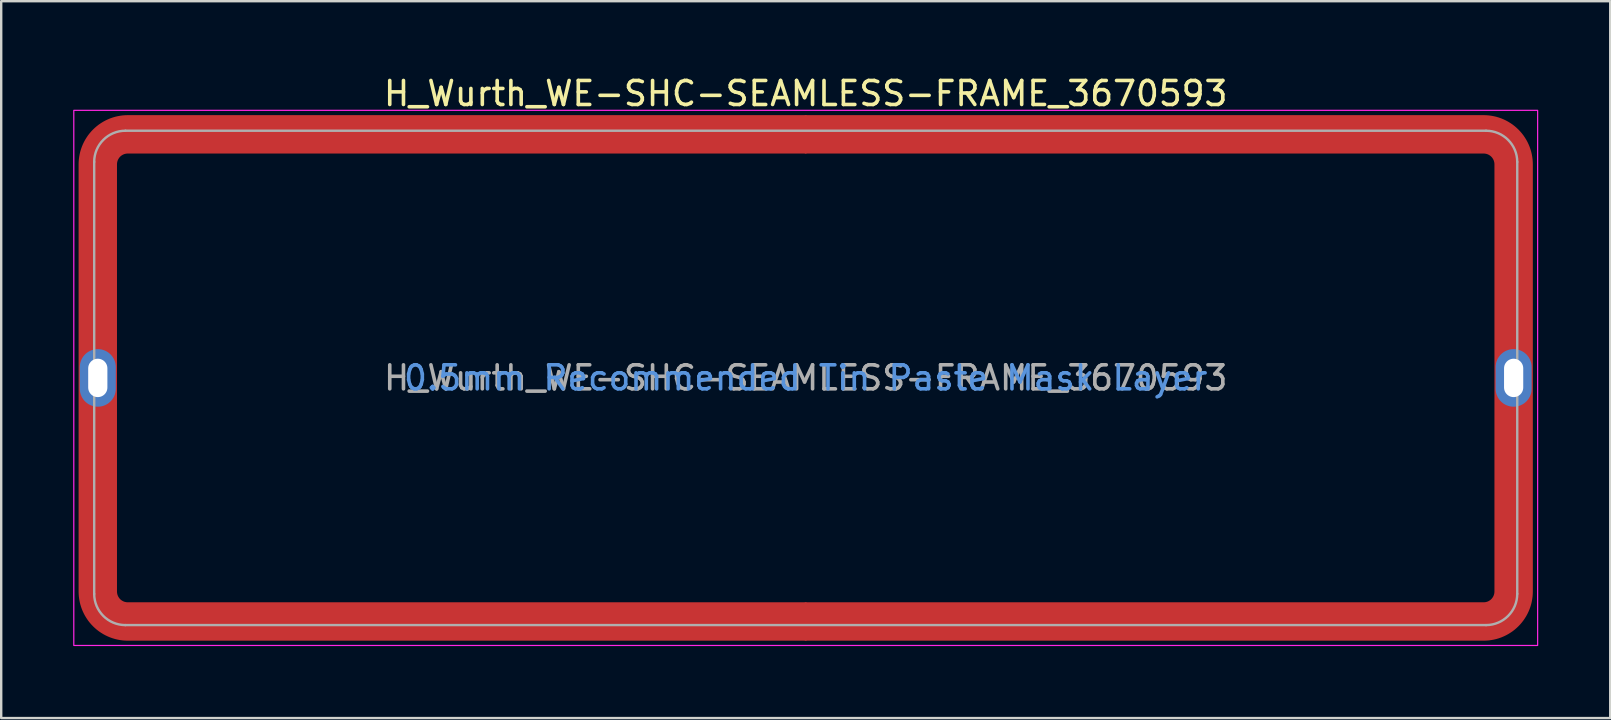
<source format=kicad_pcb>
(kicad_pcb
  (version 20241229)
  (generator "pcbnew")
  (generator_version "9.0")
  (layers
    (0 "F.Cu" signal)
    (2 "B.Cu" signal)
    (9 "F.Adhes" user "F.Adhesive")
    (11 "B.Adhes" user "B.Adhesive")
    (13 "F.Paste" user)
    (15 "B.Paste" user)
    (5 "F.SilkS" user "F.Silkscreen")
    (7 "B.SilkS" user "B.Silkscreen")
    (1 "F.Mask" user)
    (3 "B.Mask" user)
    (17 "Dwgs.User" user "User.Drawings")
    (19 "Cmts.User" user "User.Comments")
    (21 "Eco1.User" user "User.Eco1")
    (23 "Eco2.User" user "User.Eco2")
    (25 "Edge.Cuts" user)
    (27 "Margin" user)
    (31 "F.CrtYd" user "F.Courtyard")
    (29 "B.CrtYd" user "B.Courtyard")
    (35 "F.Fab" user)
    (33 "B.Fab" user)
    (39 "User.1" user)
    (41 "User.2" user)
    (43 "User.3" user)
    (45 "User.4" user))
  (footprint "H_Wurth_WE-SHC-SEAMLESS-FRAME_3670593"
    (layer "F.Cu")
    (at 30.525 12.698)
    (property "Reference" "H_Wurth_WE-SHC-SEAMLESS-FRAME_3670593" (at 0 -11.85 0) (unlocked yes) (layer "F.SilkS") (effects (font (size 1 1) (thickness 0.15))))
    (attr smd)
    (fp_poly (pts (xy -28.25 10.9) (xy -28.355 10.897) (xy -28.459 10.889) (xy -28.563 10.875) (xy -28.666 10.856) (xy -28.768 10.832) (xy -28.868 10.802) (xy -28.967 10.767) (xy -29.063 10.727) (xy -29.158 10.682) (xy -29.25 10.632) (xy -29.339 10.577) (xy -29.426 10.518) (xy -29.509 10.454) (xy -29.588 10.386) (xy -29.664 10.314) (xy -29.736 10.238) (xy -29.804 10.159) (xy -29.868 10.076) (xy -29.927 9.989) (xy -29.982 9.9) (xy -30.032 9.808) (xy -30.077 9.713) (xy -30.117 9.617) (xy -30.152 9.518) (xy -30.182 9.418) (xy -30.206 9.316) (xy -30.225 9.213) (xy -30.239 9.109) (xy -30.247 9.005) (xy -30.25 8.9) (xy -30.25 -8.9) (xy -30.247 -9.005) (xy -30.239 -9.109) (xy -30.225 -9.213) (xy -30.206 -9.316) (xy -30.182 -9.418) (xy -30.152 -9.518) (xy -30.117 -9.617) (xy -30.077 -9.713) (xy -30.032 -9.808) (xy -29.982 -9.9) (xy -29.927 -9.989) (xy -29.868 -10.076) (xy -29.804 -10.159) (xy -29.736 -10.238) (xy -29.664 -10.314) (xy -29.588 -10.386) (xy -29.509 -10.454) (xy -29.426 -10.518) (xy -29.339 -10.577) (xy -29.25 -10.632) (xy -29.158 -10.682) (xy -29.063 -10.727) (xy -28.967 -10.767) (xy -28.868 -10.802) (xy -28.768 -10.832) (xy -28.666 -10.856) (xy -28.563 -10.875) (xy -28.459 -10.889) (xy -28.355 -10.897) (xy -28.25 -10.9) (xy 0.004 -10.9) (xy 0.004 -9.4) (xy -28.25 -9.4) (xy -28.276 -9.399) (xy -28.302 -9.397) (xy -28.328 -9.394) (xy -28.354 -9.389) (xy -28.379 -9.383) (xy -28.405 -9.376) (xy -28.429 -9.367) (xy -28.453 -9.357) (xy -28.477 -9.346) (xy -28.5 -9.333) (xy -28.522 -9.319) (xy -28.544 -9.305) (xy -28.565 -9.289) (xy -28.585 -9.272) (xy -28.604 -9.254) (xy -28.622 -9.235) (xy -28.639 -9.215) (xy -28.655 -9.194) (xy -28.669 -9.172) (xy -28.683 -9.15) (xy -28.696 -9.127) (xy -28.707 -9.103) (xy -28.717 -9.079) (xy -28.726 -9.055) (xy -28.733 -9.029) (xy -28.739 -9.004) (xy -28.744 -8.978) (xy -28.747 -8.952) (xy -28.749 -8.926) (xy -28.75 -8.9) (xy -28.75 8.9) (xy -28.749 8.926) (xy -28.747 8.952) (xy -28.744 8.978) (xy -28.739 9.004) (xy -28.733 9.029) (xy -28.726 9.055) (xy -28.717 9.079) (xy -28.707 9.103) (xy -28.696 9.127) (xy -28.683 9.15) (xy -28.669 9.172) (xy -28.655 9.194) (xy -28.639 9.215) (xy -28.622 9.235) (xy -28.604 9.254) (xy -28.585 9.272) (xy -28.565 9.289) (xy -28.544 9.305) (xy -28.522 9.319) (xy -28.5 9.333) (xy -28.477 9.346) (xy -28.453 9.357) (xy -28.429 9.367) (xy -28.405 9.376) (xy -28.379 9.383) (xy -28.354 9.389) (xy -28.328 9.394) (xy -28.302 9.397) (xy -28.276 9.399) (xy -28.25 9.4) (xy 0.004 9.4) (xy 0.004 10.9) (xy -28.25 10.9)) (stroke (width 0.1) (type solid)) (fill yes) (layer "F.Cu"))
    (fp_poly (pts (xy 28.25 -10.9) (xy 28.355 -10.897) (xy 28.459 -10.889) (xy 28.563 -10.875) (xy 28.666 -10.856) (xy 28.768 -10.832) (xy 28.868 -10.802) (xy 28.967 -10.767) (xy 29.063 -10.727) (xy 29.158 -10.682) (xy 29.25 -10.632) (xy 29.339 -10.577) (xy 29.426 -10.518) (xy 29.509 -10.454) (xy 29.588 -10.386) (xy 29.664 -10.314) (xy 29.736 -10.238) (xy 29.804 -10.159) (xy 29.868 -10.076) (xy 29.927 -9.989) (xy 29.982 -9.9) (xy 30.032 -9.808) (xy 30.077 -9.713) (xy 30.117 -9.617) (xy 30.152 -9.518) (xy 30.182 -9.418) (xy 30.206 -9.316) (xy 30.225 -9.213) (xy 30.239 -9.109) (xy 30.247 -9.005) (xy 30.25 -8.9) (xy 30.25 8.9) (xy 30.247 9.005) (xy 30.239 9.109) (xy 30.225 9.213) (xy 30.206 9.316) (xy 30.182 9.418) (xy 30.152 9.518) (xy 30.117 9.617) (xy 30.077 9.713) (xy 30.032 9.808) (xy 29.982 9.9) (xy 29.927 9.989) (xy 29.868 10.076) (xy 29.804 10.159) (xy 29.736 10.238) (xy 29.664 10.314) (xy 29.588 10.386) (xy 29.509 10.454) (xy 29.426 10.518) (xy 29.339 10.577) (xy 29.25 10.632) (xy 29.158 10.682) (xy 29.063 10.727) (xy 28.967 10.767) (xy 28.868 10.802) (xy 28.768 10.832) (xy 28.666 10.856) (xy 28.563 10.875) (xy 28.459 10.889) (xy 28.355 10.897) (xy 28.25 10.9) (xy -0.004 10.9) (xy -0.004 9.4) (xy 28.25 9.4) (xy 28.276 9.399) (xy 28.302 9.397) (xy 28.328 9.394) (xy 28.354 9.389) (xy 28.379 9.383) (xy 28.405 9.376) (xy 28.429 9.367) (xy 28.453 9.357) (xy 28.477 9.346) (xy 28.5 9.333) (xy 28.522 9.319) (xy 28.544 9.305) (xy 28.565 9.289) (xy 28.585 9.272) (xy 28.604 9.254) (xy 28.622 9.235) (xy 28.639 9.215) (xy 28.655 9.194) (xy 28.669 9.172) (xy 28.683 9.15) (xy 28.696 9.127) (xy 28.707 9.103) (xy 28.717 9.079) (xy 28.726 9.055) (xy 28.733 9.029) (xy 28.739 9.004) (xy 28.744 8.978) (xy 28.747 8.952) (xy 28.749 8.926) (xy 28.75 8.9) (xy 28.75 -8.9) (xy 28.749 -8.926) (xy 28.747 -8.952) (xy 28.744 -8.978) (xy 28.739 -9.004) (xy 28.733 -9.029) (xy 28.726 -9.055) (xy 28.717 -9.079) (xy 28.707 -9.103) (xy 28.696 -9.127) (xy 28.683 -9.15) (xy 28.669 -9.172) (xy 28.655 -9.194) (xy 28.639 -9.215) (xy 28.622 -9.235) (xy 28.604 -9.254) (xy 28.585 -9.272) (xy 28.565 -9.289) (xy 28.544 -9.305) (xy 28.522 -9.319) (xy 28.5 -9.333) (xy 28.477 -9.346) (xy 28.453 -9.357) (xy 28.429 -9.367) (xy 28.405 -9.376) (xy 28.379 -9.383) (xy 28.354 -9.389) (xy 28.328 -9.394) (xy 28.302 -9.397) (xy 28.276 -9.399) (xy 28.25 -9.4) (xy -0.004 -9.4) (xy -0.004 -10.9) (xy 28.25 -10.9)) (stroke (width 0.1) (type solid)) (fill yes) (layer "F.Cu"))
    (fp_poly (pts (xy -28.25 10.9) (xy -28.355 10.897) (xy -28.459 10.889) (xy -28.563 10.875) (xy -28.666 10.856) (xy -28.768 10.832) (xy -28.868 10.802) (xy -28.967 10.767) (xy -29.063 10.727) (xy -29.158 10.682) (xy -29.25 10.632) (xy -29.339 10.577) (xy -29.426 10.518) (xy -29.509 10.454) (xy -29.588 10.386) (xy -29.664 10.314) (xy -29.736 10.238) (xy -29.804 10.159) (xy -29.868 10.076) (xy -29.927 9.989) (xy -29.982 9.9) (xy -30.032 9.808) (xy -30.077 9.713) (xy -30.117 9.617) (xy -30.152 9.518) (xy -30.182 9.418) (xy -30.206 9.316) (xy -30.225 9.213) (xy -30.239 9.109) (xy -30.247 9.005) (xy -30.25 8.9) (xy -30.25 -8.9) (xy -30.247 -9.005) (xy -30.239 -9.109) (xy -30.225 -9.213) (xy -30.206 -9.316) (xy -30.182 -9.418) (xy -30.152 -9.518) (xy -30.117 -9.617) (xy -30.077 -9.713) (xy -30.032 -9.808) (xy -29.982 -9.9) (xy -29.927 -9.989) (xy -29.868 -10.076) (xy -29.804 -10.159) (xy -29.736 -10.238) (xy -29.664 -10.314) (xy -29.588 -10.386) (xy -29.509 -10.454) (xy -29.426 -10.518) (xy -29.339 -10.577) (xy -29.25 -10.632) (xy -29.158 -10.682) (xy -29.063 -10.727) (xy -28.967 -10.767) (xy -28.868 -10.802) (xy -28.768 -10.832) (xy -28.666 -10.856) (xy -28.563 -10.875) (xy -28.459 -10.889) (xy -28.355 -10.897) (xy -28.25 -10.9) (xy 0.004 -10.9) (xy 0.004 -9.4) (xy -28.25 -9.4) (xy -28.276 -9.399) (xy -28.302 -9.397) (xy -28.328 -9.394) (xy -28.354 -9.389) (xy -28.379 -9.383) (xy -28.405 -9.376) (xy -28.429 -9.367) (xy -28.453 -9.357) (xy -28.477 -9.346) (xy -28.5 -9.333) (xy -28.522 -9.319) (xy -28.544 -9.305) (xy -28.565 -9.289) (xy -28.585 -9.272) (xy -28.604 -9.254) (xy -28.622 -9.235) (xy -28.639 -9.215) (xy -28.655 -9.194) (xy -28.669 -9.172) (xy -28.683 -9.15) (xy -28.696 -9.127) (xy -28.707 -9.103) (xy -28.717 -9.079) (xy -28.726 -9.055) (xy -28.733 -9.029) (xy -28.739 -9.004) (xy -28.744 -8.978) (xy -28.747 -8.952) (xy -28.749 -8.926) (xy -28.75 -8.9) (xy -28.75 8.9) (xy -28.749 8.926) (xy -28.747 8.952) (xy -28.744 8.978) (xy -28.739 9.004) (xy -28.733 9.029) (xy -28.726 9.055) (xy -28.717 9.079) (xy -28.707 9.103) (xy -28.696 9.127) (xy -28.683 9.15) (xy -28.669 9.172) (xy -28.655 9.194) (xy -28.639 9.215) (xy -28.622 9.235) (xy -28.604 9.254) (xy -28.585 9.272) (xy -28.565 9.289) (xy -28.544 9.305) (xy -28.522 9.319) (xy -28.5 9.333) (xy -28.477 9.346) (xy -28.453 9.357) (xy -28.429 9.367) (xy -28.405 9.376) (xy -28.379 9.383) (xy -28.354 9.389) (xy -28.328 9.394) (xy -28.302 9.397) (xy -28.276 9.399) (xy -28.25 9.4) (xy 0.004 9.4) (xy 0.004 10.9) (xy -28.25 10.9)) (stroke (width 0.1) (type solid)) (fill yes) (layer "F.Mask"))
    (fp_poly (pts (xy 28.25 -10.9) (xy 28.355 -10.897) (xy 28.459 -10.889) (xy 28.563 -10.875) (xy 28.666 -10.856) (xy 28.768 -10.832) (xy 28.868 -10.802) (xy 28.967 -10.767) (xy 29.063 -10.727) (xy 29.158 -10.682) (xy 29.25 -10.632) (xy 29.339 -10.577) (xy 29.426 -10.518) (xy 29.509 -10.454) (xy 29.588 -10.386) (xy 29.664 -10.314) (xy 29.736 -10.238) (xy 29.804 -10.159) (xy 29.868 -10.076) (xy 29.927 -9.989) (xy 29.982 -9.9) (xy 30.032 -9.808) (xy 30.077 -9.713) (xy 30.117 -9.617) (xy 30.152 -9.518) (xy 30.182 -9.418) (xy 30.206 -9.316) (xy 30.225 -9.213) (xy 30.239 -9.109) (xy 30.247 -9.005) (xy 30.25 -8.9) (xy 30.25 8.9) (xy 30.247 9.005) (xy 30.239 9.109) (xy 30.225 9.213) (xy 30.206 9.316) (xy 30.182 9.418) (xy 30.152 9.518) (xy 30.117 9.617) (xy 30.077 9.713) (xy 30.032 9.808) (xy 29.982 9.9) (xy 29.927 9.989) (xy 29.868 10.076) (xy 29.804 10.159) (xy 29.736 10.238) (xy 29.664 10.314) (xy 29.588 10.386) (xy 29.509 10.454) (xy 29.426 10.518) (xy 29.339 10.577) (xy 29.25 10.632) (xy 29.158 10.682) (xy 29.063 10.727) (xy 28.967 10.767) (xy 28.868 10.802) (xy 28.768 10.832) (xy 28.666 10.856) (xy 28.563 10.875) (xy 28.459 10.889) (xy 28.355 10.897) (xy 28.25 10.9) (xy -0.004 10.9) (xy -0.004 9.4) (xy 28.25 9.4) (xy 28.276 9.399) (xy 28.302 9.397) (xy 28.328 9.394) (xy 28.354 9.389) (xy 28.379 9.383) (xy 28.405 9.376) (xy 28.429 9.367) (xy 28.453 9.357) (xy 28.477 9.346) (xy 28.5 9.333) (xy 28.522 9.319) (xy 28.544 9.305) (xy 28.565 9.289) (xy 28.585 9.272) (xy 28.604 9.254) (xy 28.622 9.235) (xy 28.639 9.215) (xy 28.655 9.194) (xy 28.669 9.172) (xy 28.683 9.15) (xy 28.696 9.127) (xy 28.707 9.103) (xy 28.717 9.079) (xy 28.726 9.055) (xy 28.733 9.029) (xy 28.739 9.004) (xy 28.744 8.978) (xy 28.747 8.952) (xy 28.749 8.926) (xy 28.75 8.9) (xy 28.75 -8.9) (xy 28.749 -8.926) (xy 28.747 -8.952) (xy 28.744 -8.978) (xy 28.739 -9.004) (xy 28.733 -9.029) (xy 28.726 -9.055) (xy 28.717 -9.079) (xy 28.707 -9.103) (xy 28.696 -9.127) (xy 28.683 -9.15) (xy 28.669 -9.172) (xy 28.655 -9.194) (xy 28.639 -9.215) (xy 28.622 -9.235) (xy 28.604 -9.254) (xy 28.585 -9.272) (xy 28.565 -9.289) (xy 28.544 -9.305) (xy 28.522 -9.319) (xy 28.5 -9.333) (xy 28.477 -9.346) (xy 28.453 -9.357) (xy 28.429 -9.367) (xy 28.405 -9.376) (xy 28.379 -9.383) (xy 28.354 -9.389) (xy 28.328 -9.394) (xy 28.302 -9.397) (xy 28.276 -9.399) (xy 28.25 -9.4) (xy -0.004 -9.4) (xy -0.004 -10.9) (xy 28.25 -10.9)) (stroke (width 0.1) (type solid)) (fill yes) (layer "F.Mask"))
    (fp_poly (pts (xy -28.25 10.9) (xy -28.355 10.897) (xy -28.459 10.889) (xy -28.563 10.875) (xy -28.666 10.856) (xy -28.768 10.832) (xy -28.868 10.802) (xy -28.967 10.767) (xy -29.063 10.727) (xy -29.158 10.682) (xy -29.25 10.632) (xy -29.339 10.577) (xy -29.426 10.518) (xy -29.509 10.454) (xy -29.588 10.386) (xy -29.664 10.314) (xy -29.736 10.238) (xy -29.804 10.159) (xy -29.868 10.076) (xy -29.927 9.989) (xy -29.982 9.9) (xy -30.032 9.808) (xy -30.077 9.713) (xy -30.117 9.617) (xy -30.152 9.518) (xy -30.182 9.418) (xy -30.206 9.316) (xy -30.225 9.213) (xy -30.239 9.109) (xy -30.247 9.005) (xy -30.25 8.9) (xy -30.25 -8.9) (xy -30.247 -9.005) (xy -30.239 -9.109) (xy -30.225 -9.213) (xy -30.206 -9.316) (xy -30.182 -9.418) (xy -30.152 -9.518) (xy -30.117 -9.617) (xy -30.077 -9.713) (xy -30.032 -9.808) (xy -29.982 -9.9) (xy -29.927 -9.989) (xy -29.868 -10.076) (xy -29.804 -10.159) (xy -29.736 -10.238) (xy -29.664 -10.314) (xy -29.588 -10.386) (xy -29.509 -10.454) (xy -29.426 -10.518) (xy -29.339 -10.577) (xy -29.25 -10.632) (xy -29.158 -10.682) (xy -29.063 -10.727) (xy -28.967 -10.767) (xy -28.868 -10.802) (xy -28.768 -10.832) (xy -28.666 -10.856) (xy -28.563 -10.875) (xy -28.459 -10.889) (xy -28.355 -10.897) (xy -28.25 -10.9) (xy 0.004 -10.9) (xy 0.004 -9.4) (xy -28.25 -9.4) (xy -28.276 -9.399) (xy -28.302 -9.397) (xy -28.328 -9.394) (xy -28.354 -9.389) (xy -28.379 -9.383) (xy -28.405 -9.376) (xy -28.429 -9.367) (xy -28.453 -9.357) (xy -28.477 -9.346) (xy -28.5 -9.333) (xy -28.522 -9.319) (xy -28.544 -9.305) (xy -28.565 -9.289) (xy -28.585 -9.272) (xy -28.604 -9.254) (xy -28.622 -9.235) (xy -28.639 -9.215) (xy -28.655 -9.194) (xy -28.669 -9.172) (xy -28.683 -9.15) (xy -28.696 -9.127) (xy -28.707 -9.103) (xy -28.717 -9.079) (xy -28.726 -9.055) (xy -28.733 -9.029) (xy -28.739 -9.004) (xy -28.744 -8.978) (xy -28.747 -8.952) (xy -28.749 -8.926) (xy -28.75 -8.9) (xy -28.75 8.9) (xy -28.749 8.926) (xy -28.747 8.952) (xy -28.744 8.978) (xy -28.739 9.004) (xy -28.733 9.029) (xy -28.726 9.055) (xy -28.717 9.079) (xy -28.707 9.103) (xy -28.696 9.127) (xy -28.683 9.15) (xy -28.669 9.172) (xy -28.655 9.194) (xy -28.639 9.215) (xy -28.622 9.235) (xy -28.604 9.254) (xy -28.585 9.272) (xy -28.565 9.289) (xy -28.544 9.305) (xy -28.522 9.319) (xy -28.5 9.333) (xy -28.477 9.346) (xy -28.453 9.357) (xy -28.429 9.367) (xy -28.405 9.376) (xy -28.379 9.383) (xy -28.354 9.389) (xy -28.328 9.394) (xy -28.302 9.397) (xy -28.276 9.399) (xy -28.25 9.4) (xy 0.004 9.4) (xy 0.004 10.9) (xy -28.25 10.9)) (stroke (width 0.1) (type solid)) (fill yes) (layer "F.Paste"))
    (fp_poly (pts (xy 28.25 -10.9) (xy 28.355 -10.897) (xy 28.459 -10.889) (xy 28.563 -10.875) (xy 28.666 -10.856) (xy 28.768 -10.832) (xy 28.868 -10.802) (xy 28.967 -10.767) (xy 29.063 -10.727) (xy 29.158 -10.682) (xy 29.25 -10.632) (xy 29.339 -10.577) (xy 29.426 -10.518) (xy 29.509 -10.454) (xy 29.588 -10.386) (xy 29.664 -10.314) (xy 29.736 -10.238) (xy 29.804 -10.159) (xy 29.868 -10.076) (xy 29.927 -9.989) (xy 29.982 -9.9) (xy 30.032 -9.808) (xy 30.077 -9.713) (xy 30.117 -9.617) (xy 30.152 -9.518) (xy 30.182 -9.418) (xy 30.206 -9.316) (xy 30.225 -9.213) (xy 30.239 -9.109) (xy 30.247 -9.005) (xy 30.25 -8.9) (xy 30.25 8.9) (xy 30.247 9.005) (xy 30.239 9.109) (xy 30.225 9.213) (xy 30.206 9.316) (xy 30.182 9.418) (xy 30.152 9.518) (xy 30.117 9.617) (xy 30.077 9.713) (xy 30.032 9.808) (xy 29.982 9.9) (xy 29.927 9.989) (xy 29.868 10.076) (xy 29.804 10.159) (xy 29.736 10.238) (xy 29.664 10.314) (xy 29.588 10.386) (xy 29.509 10.454) (xy 29.426 10.518) (xy 29.339 10.577) (xy 29.25 10.632) (xy 29.158 10.682) (xy 29.063 10.727) (xy 28.967 10.767) (xy 28.868 10.802) (xy 28.768 10.832) (xy 28.666 10.856) (xy 28.563 10.875) (xy 28.459 10.889) (xy 28.355 10.897) (xy 28.25 10.9) (xy -0.004 10.9) (xy -0.004 9.4) (xy 28.25 9.4) (xy 28.276 9.399) (xy 28.302 9.397) (xy 28.328 9.394) (xy 28.354 9.389) (xy 28.379 9.383) (xy 28.405 9.376) (xy 28.429 9.367) (xy 28.453 9.357) (xy 28.477 9.346) (xy 28.5 9.333) (xy 28.522 9.319) (xy 28.544 9.305) (xy 28.565 9.289) (xy 28.585 9.272) (xy 28.604 9.254) (xy 28.622 9.235) (xy 28.639 9.215) (xy 28.655 9.194) (xy 28.669 9.172) (xy 28.683 9.15) (xy 28.696 9.127) (xy 28.707 9.103) (xy 28.717 9.079) (xy 28.726 9.055) (xy 28.733 9.029) (xy 28.739 9.004) (xy 28.744 8.978) (xy 28.747 8.952) (xy 28.749 8.926) (xy 28.75 8.9) (xy 28.75 -8.9) (xy 28.749 -8.926) (xy 28.747 -8.952) (xy 28.744 -8.978) (xy 28.739 -9.004) (xy 28.733 -9.029) (xy 28.726 -9.055) (xy 28.717 -9.079) (xy 28.707 -9.103) (xy 28.696 -9.127) (xy 28.683 -9.15) (xy 28.669 -9.172) (xy 28.655 -9.194) (xy 28.639 -9.215) (xy 28.622 -9.235) (xy 28.604 -9.254) (xy 28.585 -9.272) (xy 28.565 -9.289) (xy 28.544 -9.305) (xy 28.522 -9.319) (xy 28.5 -9.333) (xy 28.477 -9.346) (xy 28.453 -9.357) (xy 28.429 -9.367) (xy 28.405 -9.376) (xy 28.379 -9.383) (xy 28.354 -9.389) (xy 28.328 -9.394) (xy 28.302 -9.397) (xy 28.276 -9.399) (xy 28.25 -9.4) (xy -0.004 -9.4) (xy -0.004 -10.9) (xy 28.25 -10.9)) (stroke (width 0.1) (type solid)) (fill yes) (layer "F.Paste"))
    (fp_rect (start -30.5 -11.15) (end 30.5 11.15) (stroke (width 0.05) (type solid)) (fill no) (layer "F.CrtYd"))
    (fp_line (start -29.65 9) (end -29.65 -9) (stroke (width 0.1) (type solid)) (layer "F.Fab"))
    (fp_line (start -28.35 -10.3) (end 28.35 -10.3) (stroke (width 0.1) (type solid)) (layer "F.Fab"))
    (fp_line (start -28.35 10.3) (end 28.35 10.3) (stroke (width 0.1) (type solid)) (layer "F.Fab"))
    (fp_line (start 29.65 9) (end 29.65 -9) (stroke (width 0.1) (type solid)) (layer "F.Fab"))
    (fp_arc (start -29.65 -9) (mid -29.269239 -9.919238) (end -28.35 -10.3) (stroke (width 0.1) (type solid)) (layer "F.Fab"))
    (fp_arc (start -28.35 10.3) (mid -29.269238 9.919239) (end -29.65 9) (stroke (width 0.1) (type solid)) (layer "F.Fab"))
    (fp_arc (start 28.35 -10.3) (mid 29.269238 -9.919239) (end 29.65 -9) (stroke (width 0.1) (type solid)) (layer "F.Fab"))
    (fp_arc (start 29.65 9) (mid 29.269239 9.919238) (end 28.35 10.3) (stroke (width 0.1) (type solid)) (layer "F.Fab"))
    (fp_text user "0.5mm Recommended Tin Paste Mask Layer" (at 0 0 0) (unlocked yes) (layer "Cmts.User") (effects (font (size 1 1) (thickness 0.15))))
    (fp_text user "${REFERENCE}" (at 0 0 0) (unlocked yes) (layer "F.Fab") (effects (font (size 1 1) (thickness 0.15))))
    (pad "1" thru_hole oval (at -29.5 0) (size 1.5 2.4) (drill oval 0.8 1.6) (layers "*.Cu" "*.Mask"))
    (pad "1" thru_hole oval (at 29.5 0) (size 1.5 2.4) (drill oval 0.8 1.6) (layers "*.Cu" "*.Mask")))
  (gr_rect
    (start -3 -3)
    (end 64.05 26.873)
    (stroke (width 0.1) (type default))
    (fill no)
    (layer "Edge.Cuts")))
</source>
